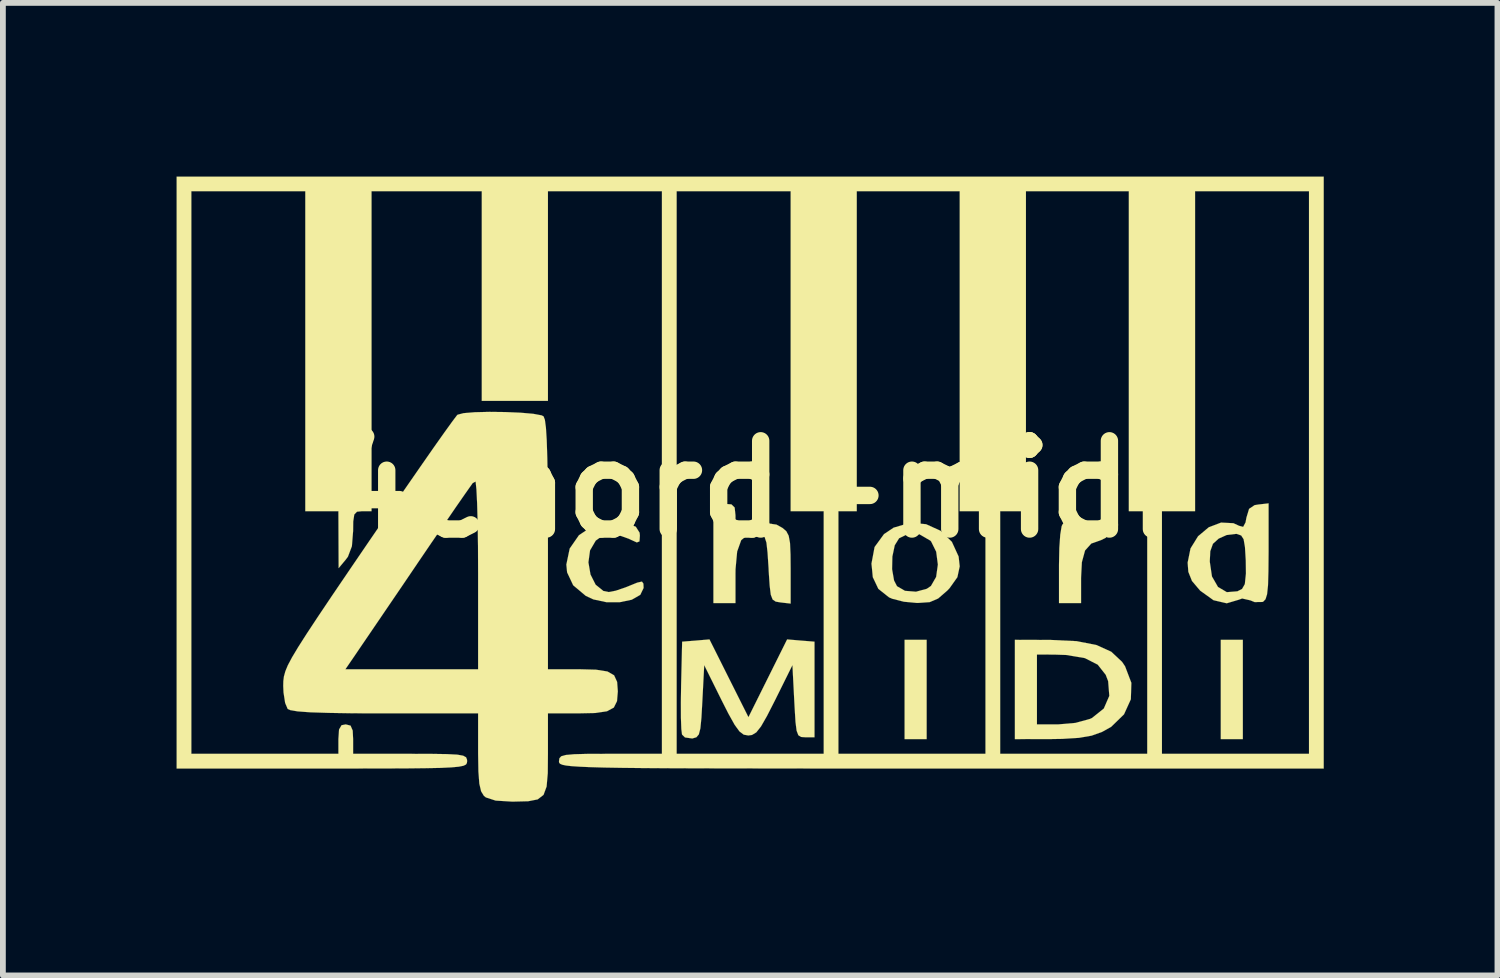
<source format=kicad_pcb>
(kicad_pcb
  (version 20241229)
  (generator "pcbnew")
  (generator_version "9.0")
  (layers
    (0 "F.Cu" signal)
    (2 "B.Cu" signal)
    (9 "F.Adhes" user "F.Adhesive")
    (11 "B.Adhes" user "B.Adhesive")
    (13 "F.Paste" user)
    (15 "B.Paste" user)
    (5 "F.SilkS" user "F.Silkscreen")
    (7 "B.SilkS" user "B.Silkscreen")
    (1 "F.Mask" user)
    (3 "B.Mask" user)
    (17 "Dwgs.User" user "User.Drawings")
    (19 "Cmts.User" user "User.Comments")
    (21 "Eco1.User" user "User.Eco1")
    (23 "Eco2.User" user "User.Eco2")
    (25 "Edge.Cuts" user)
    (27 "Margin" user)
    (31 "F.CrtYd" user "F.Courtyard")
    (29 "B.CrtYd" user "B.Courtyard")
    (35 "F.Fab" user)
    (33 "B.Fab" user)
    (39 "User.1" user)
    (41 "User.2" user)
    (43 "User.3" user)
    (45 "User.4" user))
  (footprint "4chord-midi"
    (layer "F.Cu")
    (at 9.907 5.398)
    (property "Reference" "4chord-midi" (at 0 0 0) (layer "F.SilkS") (effects (font (size 1.524 1.524) (thickness 0.3))))
    (attr through_hole)
    (fp_poly (pts (xy 3.048 4.318) (xy 2.667 4.318) (xy 2.667 2.603) (xy 3.048 2.603) (xy 3.048 4.318)) (stroke (width 0.002) (type solid)) (fill yes) (layer "F.SilkS"))
    (fp_poly (pts (xy 8.509 4.318) (xy 8.128 4.318) (xy 8.128 2.603) (xy 8.509 2.603) (xy 8.509 4.318)) (stroke (width 0.002) (type solid)) (fill yes) (layer "F.SilkS"))
    (fp_poly (pts (xy 6.215 0.663) (xy 6.212 0.714) (xy 6.143 0.84) (xy 6.064 0.879) (xy 5.892 0.94) (xy 5.784 1.06) (xy 5.729 1.262) (xy 5.715 1.534) (xy 5.715 1.968) (xy 5.334 1.968) (xy 5.334 1.305) (xy 5.34 1.016) (xy 5.356 0.785) (xy 5.38 0.64) (xy 5.398 0.603) (xy 5.516 0.586) (xy 5.641 0.633) (xy 5.713 0.72) (xy 5.715 0.739) (xy 5.735 0.789) (xy 5.809 0.758) (xy 5.882 0.703) (xy 6.056 0.594) (xy 6.17 0.581) (xy 6.215 0.663)) (stroke (width 0.002) (type solid)) (fill yes) (layer "F.SilkS"))
    (fp_poly (pts (xy 5.191 2.605) (xy 5.638 2.626) (xy 5.981 2.693) (xy 6.237 2.809) (xy 6.423 2.983) (xy 6.475 3.06) (xy 6.584 3.346) (xy 6.575 3.63) (xy 6.457 3.89) (xy 6.236 4.105) (xy 6.079 4.193) (xy 5.898 4.258) (xy 5.679 4.296) (xy 5.388 4.314) (xy 5.191 4.317) (xy 4.572 4.318) (xy 4.572 4.064) (xy 4.953 4.064) (xy 5.318 4.064) (xy 5.618 4.038) (xy 5.869 3.969) (xy 5.904 3.953) (xy 6.108 3.79) (xy 6.203 3.571) (xy 6.183 3.317) (xy 6.141 3.207) (xy 6.003 3.032) (xy 5.781 2.919) (xy 5.462 2.865) (xy 5.255 2.858) (xy 4.953 2.857) (xy 4.953 4.064) (xy 4.572 4.064) (xy 4.572 2.603) (xy 5.191 2.605)) (stroke (width 0.002) (type solid)) (fill yes) (layer "F.SilkS"))
    (fp_poly (pts (xy -0.323 0.264) (xy -0.268 0.318) (xy -0.254 0.452) (xy -0.254 0.51) (xy -0.254 0.765) (xy -0.067 0.668) (xy 0.209 0.579) (xy 0.454 0.613) (xy 0.557 0.67) (xy 0.624 0.727) (xy 0.665 0.805) (xy 0.688 0.93) (xy 0.697 1.131) (xy 0.699 1.373) (xy 0.699 1.977) (xy 0.524 1.957) (xy 0.441 1.943) (xy 0.388 1.907) (xy 0.356 1.824) (xy 0.337 1.669) (xy 0.32 1.417) (xy 0.318 1.365) (xy 0.3 1.094) (xy 0.281 0.924) (xy 0.25 0.83) (xy 0.202 0.788) (xy 0.138 0.773) (xy -0.036 0.784) (xy -0.155 0.882) (xy -0.225 1.078) (xy -0.253 1.383) (xy -0.254 1.47) (xy -0.254 1.968) (xy -0.635 1.968) (xy -0.635 0.254) (xy -0.445 0.254) (xy -0.323 0.264)) (stroke (width 0.002) (type solid)) (fill yes) (layer "F.SilkS"))
    (fp_poly (pts (xy -2.135 0.591) (xy -1.976 0.649) (xy -1.91 0.753) (xy -1.905 0.803) (xy -1.912 0.903) (xy -1.958 0.921) (xy -2.077 0.867) (xy -2.092 0.859) (xy -2.337 0.772) (xy -2.535 0.795) (xy -2.667 0.889) (xy -2.766 1.058) (xy -2.794 1.265) (xy -2.758 1.475) (xy -2.669 1.651) (xy -2.534 1.76) (xy -2.443 1.778) (xy -2.323 1.755) (xy -2.152 1.697) (xy -2.117 1.683) (xy -1.95 1.615) (xy -1.869 1.597) (xy -1.844 1.633) (xy -1.841 1.708) (xy -1.898 1.826) (xy -2.045 1.91) (xy -2.251 1.953) (xy -2.483 1.953) (xy -2.708 1.905) (xy -2.838 1.845) (xy -3.057 1.661) (xy -3.162 1.438) (xy -3.175 1.303) (xy -3.117 1.026) (xy -2.958 0.797) (xy -2.722 0.638) (xy -2.434 0.573) (xy -2.4 0.572) (xy -2.135 0.591)) (stroke (width 0.002) (type solid)) (fill yes) (layer "F.SilkS"))
    (fp_poly (pts (xy 0.875 2.616) (xy 1.111 2.635) (xy 1.111 4.286) (xy 0.953 4.286) (xy 0.88 4.281) (xy 0.832 4.251) (xy 0.802 4.172) (xy 0.783 4.022) (xy 0.768 3.775) (xy 0.762 3.663) (xy 0.73 3.04) (xy 0.429 3.647) (xy 0.289 3.921) (xy 0.187 4.099) (xy 0.106 4.201) (xy 0.032 4.246) (xy -0.032 4.255) (xy -0.111 4.241) (xy -0.184 4.186) (xy -0.268 4.071) (xy -0.377 3.876) (xy -0.493 3.647) (xy -0.794 3.04) (xy -0.826 3.663) (xy -0.842 3.949) (xy -0.86 4.132) (xy -0.887 4.237) (xy -0.929 4.286) (xy -0.993 4.305) (xy -1 4.307) (xy -1.126 4.289) (xy -1.177 4.239) (xy -1.189 4.144) (xy -1.196 3.951) (xy -1.197 3.687) (xy -1.193 3.394) (xy -1.175 2.635) (xy -0.939 2.616) (xy -0.703 2.596) (xy -0.367 3.267) (xy -0.03 3.939) (xy 0.638 2.596) (xy 0.875 2.616)) (stroke (width 0.002) (type solid)) (fill yes) (layer "F.SilkS"))
    (fp_poly (pts (xy 3.038 0.606) (xy 3.289 0.72) (xy 3.484 0.911) (xy 3.6 1.164) (xy 3.619 1.334) (xy 3.579 1.521) (xy 3.444 1.711) (xy 3.404 1.753) (xy 3.247 1.889) (xy 3.101 1.952) (xy 2.899 1.966) (xy 2.88 1.966) (xy 2.655 1.945) (xy 2.455 1.894) (xy 2.399 1.87) (xy 2.214 1.723) (xy 2.118 1.521) (xy 2.105 1.383) (xy 2.451 1.383) (xy 2.485 1.578) (xy 2.536 1.677) (xy 2.674 1.757) (xy 2.864 1.772) (xy 3.05 1.722) (xy 3.122 1.673) (xy 3.212 1.517) (xy 3.242 1.303) (xy 3.213 1.081) (xy 3.126 0.905) (xy 3.111 0.889) (xy 2.921 0.779) (xy 2.708 0.782) (xy 2.572 0.849) (xy 2.497 0.97) (xy 2.456 1.164) (xy 2.451 1.383) (xy 2.105 1.383) (xy 2.095 1.288) (xy 2.149 1) (xy 2.311 0.778) (xy 2.477 0.666) (xy 2.759 0.583) (xy 3.038 0.606)) (stroke (width 0.002) (type solid)) (fill yes) (layer "F.SilkS"))
    (fp_poly (pts (xy 8.954 1.077) (xy 8.951 1.423) (xy 8.944 1.662) (xy 8.928 1.815) (xy 8.901 1.902) (xy 8.862 1.943) (xy 8.85 1.949) (xy 8.713 1.951) (xy 8.638 1.921) (xy 8.497 1.889) (xy 8.44 1.91) (xy 8.231 1.972) (xy 8.003 1.919) (xy 7.777 1.757) (xy 7.772 1.753) (xy 7.631 1.587) (xy 7.568 1.429) (xy 7.556 1.27) (xy 7.56 1.251) (xy 7.938 1.251) (xy 7.976 1.509) (xy 8.08 1.69) (xy 8.233 1.78) (xy 8.416 1.765) (xy 8.496 1.724) (xy 8.544 1.64) (xy 8.563 1.457) (xy 8.56 1.233) (xy 8.546 1) (xy 8.523 0.866) (xy 8.481 0.801) (xy 8.409 0.775) (xy 8.394 0.773) (xy 8.232 0.792) (xy 8.093 0.854) (xy 7.993 0.944) (xy 7.947 1.072) (xy 7.938 1.251) (xy 7.56 1.251) (xy 7.606 1.024) (xy 7.736 0.814) (xy 7.921 0.659) (xy 8.134 0.578) (xy 8.347 0.589) (xy 8.445 0.634) (xy 8.515 0.652) (xy 8.556 0.575) (xy 8.572 0.49) (xy 8.617 0.341) (xy 8.712 0.277) (xy 8.779 0.266) (xy 8.954 0.246) (xy 8.954 1.077)) (stroke (width 0.002) (type solid)) (fill yes) (layer "F.SilkS"))
    (fp_poly (pts (xy -4.233 -1.331) (xy -3.969 -1.32) (xy -3.748 -1.301) (xy -3.603 -1.274) (xy -3.569 -1.257) (xy -3.546 -1.198) (xy -3.528 -1.064) (xy -3.514 -0.845) (xy -3.504 -0.534) (xy -3.497 -0.121) (xy -3.494 0.403) (xy -3.493 0.965) (xy -3.493 3.111) (xy -2.965 3.111) (xy -2.663 3.119) (xy -2.465 3.15) (xy -2.35 3.216) (xy -2.298 3.33) (xy -2.286 3.493) (xy -2.3 3.662) (xy -2.355 3.773) (xy -2.473 3.837) (xy -2.676 3.867) (xy -2.965 3.873) (xy -3.493 3.873) (xy -3.493 4.57) (xy -3.496 4.907) (xy -3.516 5.137) (xy -3.569 5.281) (xy -3.67 5.359) (xy -3.834 5.391) (xy -4.076 5.397) (xy -4.119 5.397) (xy -4.396 5.38) (xy -4.565 5.325) (xy -4.599 5.298) (xy -4.647 5.22) (xy -4.678 5.088) (xy -4.694 4.877) (xy -4.699 4.564) (xy -4.699 4.536) (xy -4.699 3.873) (xy -6.306 3.873) (xy -6.85 3.872) (xy -7.277 3.865) (xy -7.596 3.855) (xy -7.815 3.839) (xy -7.944 3.817) (xy -7.988 3.797) (xy -8.032 3.693) (xy -8.06 3.512) (xy -8.065 3.398) (xy -8.063 3.316) (xy -8.053 3.236) (xy -8.029 3.149) (xy -8.014 3.111) (xy -6.991 3.111) (xy -4.699 3.111) (xy -4.699 1.448) (xy -4.701 0.98) (xy -4.707 0.574) (xy -4.716 0.245) (xy -4.728 0.006) (xy -4.742 -0.13) (xy -4.755 -0.156) (xy -4.804 -0.088) (xy -4.915 0.069) (xy -5.077 0.302) (xy -5.278 0.596) (xy -5.511 0.935) (xy -5.717 1.238) (xy -5.975 1.619) (xy -6.22 1.979) (xy -6.439 2.301) (xy -6.62 2.567) (xy -6.751 2.759) (xy -6.807 2.842) (xy -6.991 3.111) (xy -8.014 3.111) (xy -7.985 3.042) (xy -7.913 2.906) (xy -7.807 2.729) (xy -7.661 2.5) (xy -7.469 2.209) (xy -7.224 1.844) (xy -6.919 1.395) (xy -6.594 0.918) (xy -6.275 0.452) (xy -5.976 0.017) (xy -5.706 -0.373) (xy -5.472 -0.709) (xy -5.282 -0.978) (xy -5.144 -1.169) (xy -5.067 -1.271) (xy -5.054 -1.285) (xy -4.95 -1.312) (xy -4.757 -1.328) (xy -4.507 -1.334) (xy -4.233 -1.331)) (stroke (width 0.002) (type solid)) (fill yes) (layer "F.SilkS"))
    (fp_poly (pts (xy 9.906 4.826) (xy 3.302 4.826) (xy 2.243 4.826) (xy 1.303 4.826) (xy 0.476 4.825) (xy -0.245 4.824) (xy -0.869 4.823) (xy -1.401 4.821) (xy -1.849 4.818) (xy -2.221 4.814) (xy -2.523 4.809) (xy -2.763 4.802) (xy -2.948 4.794) (xy -3.084 4.785) (xy -3.181 4.774) (xy -3.243 4.761) (xy -3.279 4.746) (xy -3.297 4.73) (xy -3.302 4.71) (xy -3.302 4.699) (xy -3.295 4.649) (xy -3.263 4.614) (xy -3.184 4.592) (xy -3.04 4.579) (xy -2.812 4.573) (xy -2.479 4.572) (xy -2.413 4.572) (xy -1.524 4.572) (xy -1.524 -5.144) (xy -1.27 -5.144) (xy -1.27 4.572) (xy 1.27 4.572) (xy 1.27 0.381) (xy 1.524 0.381) (xy 1.524 4.572) (xy 4.064 4.572) (xy 4.064 0.381) (xy 4.318 0.381) (xy 4.318 4.572) (xy 6.858 4.572) (xy 6.858 0.381) (xy 7.112 0.381) (xy 7.112 4.572) (xy 9.652 4.572) (xy 9.652 -5.144) (xy 7.684 -5.144) (xy 7.684 0.381) (xy 7.112 0.381) (xy 6.858 0.381) (xy 6.54 0.381) (xy 6.54 -5.144) (xy 4.763 -5.144) (xy 4.763 0.381) (xy 4.318 0.381) (xy 4.064 0.381) (xy 3.619 0.381) (xy 3.619 -5.144) (xy 1.841 -5.144) (xy 1.841 0.381) (xy 1.524 0.381) (xy 1.27 0.381) (xy 0.699 0.381) (xy 0.699 -5.144) (xy -1.27 -5.144) (xy -1.524 -5.144) (xy -3.493 -5.144) (xy -3.493 -1.524) (xy -4.636 -1.524) (xy -4.636 -5.144) (xy -6.54 -5.144) (xy -6.54 0.381) (xy -6.699 0.381) (xy -6.791 0.39) (xy -6.838 0.439) (xy -6.856 0.559) (xy -6.858 0.723) (xy -6.879 0.986) (xy -6.947 1.166) (xy -6.983 1.215) (xy -7.108 1.365) (xy -7.11 0.873) (xy -7.112 0.381) (xy -7.684 0.381) (xy -7.684 -5.144) (xy -9.652 -5.144) (xy -9.652 4.572) (xy -7.112 4.572) (xy -7.112 4.318) (xy -7.101 4.152) (xy -7.058 4.078) (xy -6.985 4.064) (xy -6.902 4.085) (xy -6.865 4.171) (xy -6.858 4.318) (xy -6.858 4.572) (xy -5.874 4.572) (xy -5.501 4.573) (xy -5.236 4.577) (xy -5.061 4.586) (xy -4.958 4.604) (xy -4.907 4.632) (xy -4.891 4.672) (xy -4.889 4.699) (xy -4.893 4.731) (xy -4.909 4.757) (xy -4.952 4.778) (xy -5.032 4.794) (xy -5.16 4.806) (xy -5.349 4.815) (xy -5.61 4.82) (xy -5.956 4.824) (xy -6.396 4.825) (xy -6.944 4.826) (xy -7.398 4.826) (xy -9.906 4.826) (xy -9.906 -5.397) (xy 9.906 -5.397) (xy 9.906 4.826)) (stroke (width 0.002) (type solid)) (fill yes) (layer "F.SilkS")))
  (gr_rect
    (start -3 -3)
    (end 22.814 13.797)
    (stroke (width 0.1) (type default))
    (fill no)
    (layer "Edge.Cuts")))
</source>
